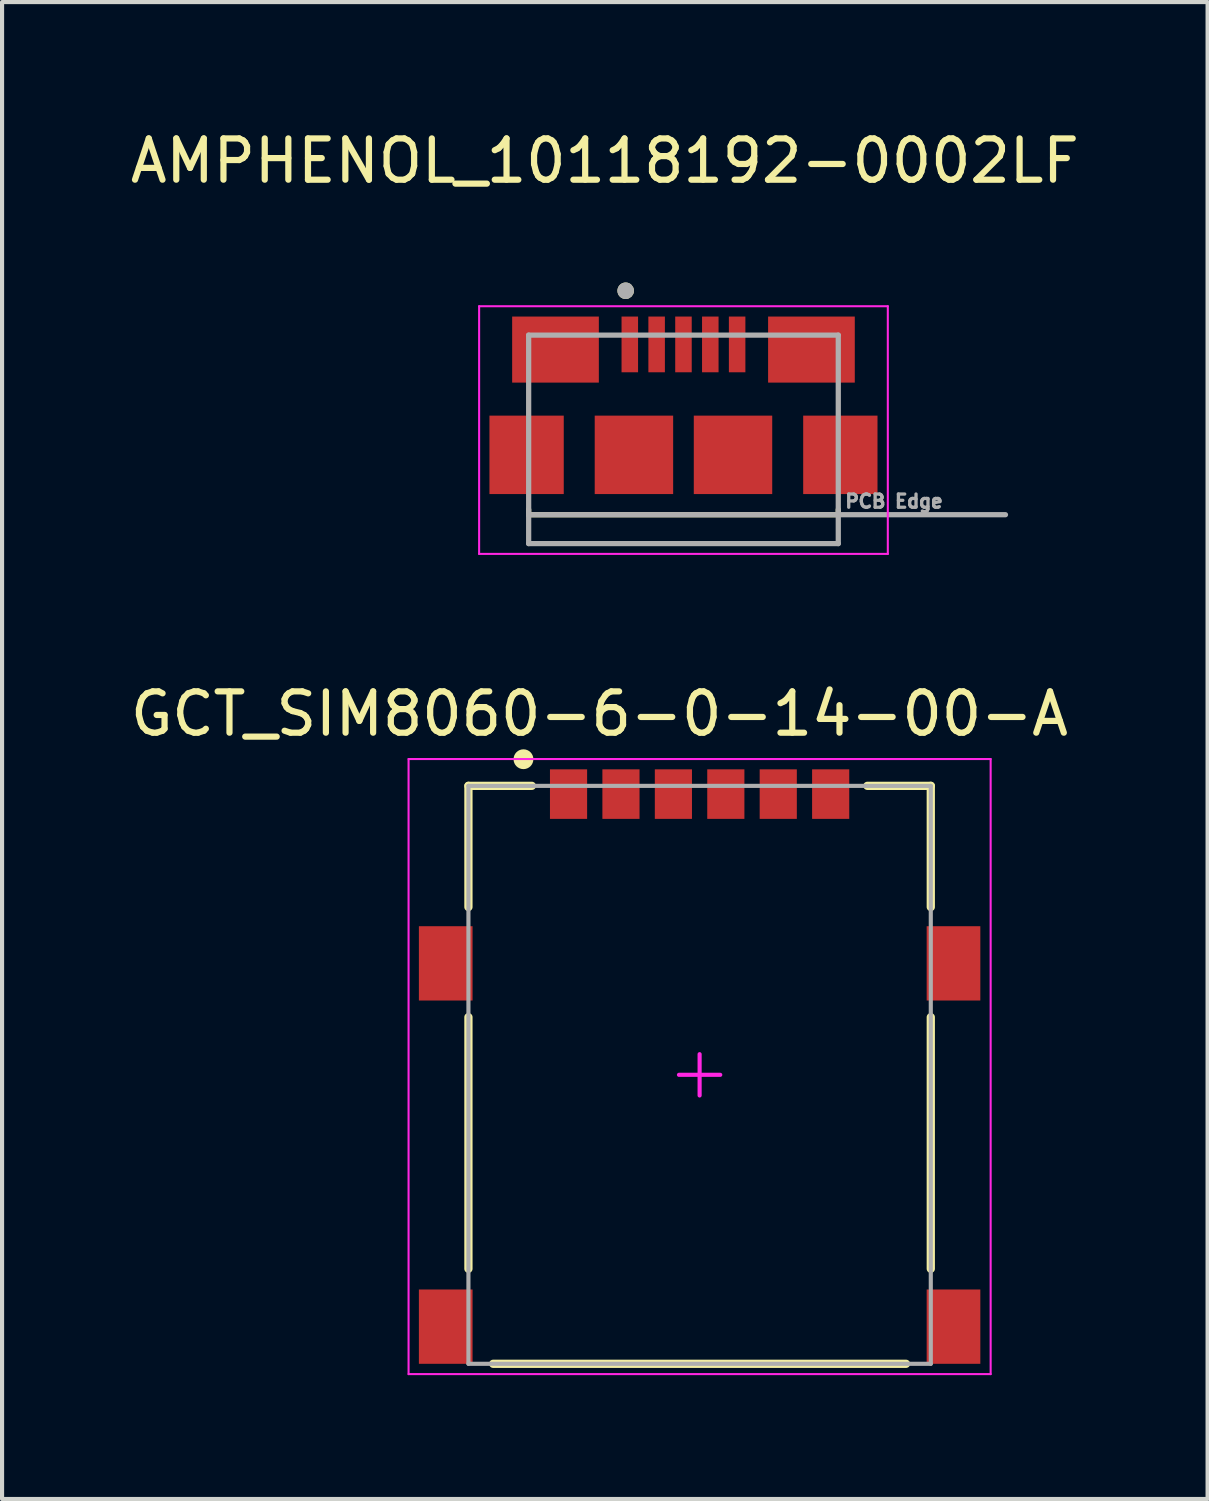
<source format=kicad_pcb>
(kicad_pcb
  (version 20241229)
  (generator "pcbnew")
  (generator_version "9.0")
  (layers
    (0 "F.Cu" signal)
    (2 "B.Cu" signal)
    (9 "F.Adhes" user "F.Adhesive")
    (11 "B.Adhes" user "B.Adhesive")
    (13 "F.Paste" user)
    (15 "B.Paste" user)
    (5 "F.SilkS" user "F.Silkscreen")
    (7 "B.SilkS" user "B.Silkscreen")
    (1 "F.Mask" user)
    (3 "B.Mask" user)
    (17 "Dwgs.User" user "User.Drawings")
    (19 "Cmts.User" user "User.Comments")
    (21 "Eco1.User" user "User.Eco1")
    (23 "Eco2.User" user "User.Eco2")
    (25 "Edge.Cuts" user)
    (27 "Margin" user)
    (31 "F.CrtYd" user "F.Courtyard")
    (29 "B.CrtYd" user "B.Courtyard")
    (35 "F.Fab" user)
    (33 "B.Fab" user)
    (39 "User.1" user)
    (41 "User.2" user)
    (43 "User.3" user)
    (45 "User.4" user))
  (footprint "AMPHENOL_10118192-0002LF"
    (layer "F.Cu")
    (at 13.506 5.293)
    (property "Reference" "AMPHENOL_10118192-0002LF" (at -1.905 -4.445 0) (layer "F.SilkS") (effects (font (size 1 1) (thickness 0.15))))
    (attr through_hole)
    (fp_line (start -3.75 4) (end -3.75 4.125) (stroke (width 0.127) (type solid)) (layer "F.SilkS"))
    (fp_line (start -3.75 4.125) (end 3.75 4.125) (stroke (width 0.127) (type solid)) (layer "F.SilkS"))
    (fp_line (start 3.75 4.125) (end 3.75 4) (stroke (width 0.127) (type solid)) (layer "F.SilkS"))
    (fp_circle (center -1.4 -1.3) (end -1.3 -1.3) (stroke (width 0.2) (type solid)) (fill no) (layer "F.SilkS"))
    (fp_line (start -4.95 -0.925) (end 4.95 -0.925) (stroke (width 0.05) (type solid)) (layer "F.CrtYd"))
    (fp_line (start -4.95 5.075) (end -4.95 -0.925) (stroke (width 0.05) (type solid)) (layer "F.CrtYd"))
    (fp_line (start 4.95 -0.925) (end 4.95 5.075) (stroke (width 0.05) (type solid)) (layer "F.CrtYd"))
    (fp_line (start 4.95 5.075) (end -4.95 5.075) (stroke (width 0.05) (type solid)) (layer "F.CrtYd"))
    (fp_line (start -3.75 -0.225) (end 3.75 -0.225) (stroke (width 0.127) (type solid)) (layer "F.Fab"))
    (fp_line (start -3.75 4.125) (end -3.75 -0.225) (stroke (width 0.127) (type solid)) (layer "F.Fab"))
    (fp_line (start -3.75 4.825) (end -3.75 4.125) (stroke (width 0.127) (type solid)) (layer "F.Fab"))
    (fp_line (start 3.75 -0.225) (end 3.75 4.125) (stroke (width 0.127) (type solid)) (layer "F.Fab"))
    (fp_line (start 3.75 4.125) (end -3.75 4.125) (stroke (width 0.127) (type solid)) (layer "F.Fab"))
    (fp_line (start 3.75 4.125) (end 3.75 4.825) (stroke (width 0.127) (type solid)) (layer "F.Fab"))
    (fp_line (start 3.75 4.125) (end 7.8 4.125) (stroke (width 0.127) (type solid)) (layer "F.Fab"))
    (fp_line (start 3.75 4.825) (end -3.75 4.825) (stroke (width 0.127) (type solid)) (layer "F.Fab"))
    (fp_circle (center -1.4 -1.3) (end -1.3 -1.3) (stroke (width 0.2) (type solid)) (fill no) (layer "F.Fab"))
    (fp_text user "PCB Edge" (at 5.1 3.8 0) (layer "F.Fab") (effects (font (size 0.32 0.32) (thickness 0.15))))
    (pad "1" smd rect (at -1.3 0) (size 0.4 1.35) (layers "F.Cu" "F.Mask" "F.Paste"))
    (pad "2" smd rect (at -0.65 0) (size 0.4 1.35) (layers "F.Cu" "F.Mask" "F.Paste"))
    (pad "3" smd rect (at 0 0) (size 0.4 1.35) (layers "F.Cu" "F.Mask" "F.Paste"))
    (pad "4" smd rect (at 0.65 0) (size 0.4 1.35) (layers "F.Cu" "F.Mask" "F.Paste"))
    (pad "5" smd rect (at 1.3 0) (size 0.4 1.35) (layers "F.Cu" "F.Mask" "F.Paste"))
    (pad "S1" smd rect (at -3.1 0.125) (size 2.1 1.6) (layers "F.Cu" "F.Mask" "F.Paste"))
    (pad "S2" smd rect (at 3.1 0.125) (size 2.1 1.6) (layers "F.Cu" "F.Mask" "F.Paste"))
    (pad "S3" smd rect (at -3.8 2.675) (size 1.8 1.9) (layers "F.Cu" "F.Mask" "F.Paste"))
    (pad "S4" smd rect (at -1.2 2.675) (size 1.9 1.9) (layers "F.Cu" "F.Mask" "F.Paste"))
    (pad "S5" smd rect (at 1.2 2.675) (size 1.9 1.9) (layers "F.Cu" "F.Mask" "F.Paste"))
    (pad "S6" smd rect (at 3.8 2.675) (size 1.8 1.9) (layers "F.Cu" "F.Mask" "F.Paste")))
  (footprint "GCT_SIM8060-6-0-14-00-A"
    (layer "F.Cu")
    (at 13.897 22.986)
    (property "Reference" "GCT_SIM8060-6-0-14-00-A" (at -2.427 -8.743 0) (layer "F.SilkS") (effects (font (size 1.001 1.001) (thickness 0.15))))
    (attr through_hole)
    (fp_line (start -5.6 -7) (end -4.064 -7) (stroke (width 0.2) (type solid)) (layer "F.SilkS"))
    (fp_line (start -5.6 -4.064) (end -5.6 -7) (stroke (width 0.2) (type solid)) (layer "F.SilkS"))
    (fp_line (start -5.6 -1.397) (end -5.6 4.699) (stroke (width 0.2) (type solid)) (layer "F.SilkS"))
    (fp_line (start -5 7) (end 5 7) (stroke (width 0.2) (type solid)) (layer "F.SilkS"))
    (fp_line (start 4.064 -7) (end 5.6 -7) (stroke (width 0.2) (type solid)) (layer "F.SilkS"))
    (fp_line (start 5.6 -7) (end 5.6 -4.064) (stroke (width 0.2) (type solid)) (layer "F.SilkS"))
    (fp_line (start 5.6 4.699) (end 5.6 -1.397) (stroke (width 0.2) (type solid)) (layer "F.SilkS"))
    (fp_circle (center -4.267 -7.645) (end -4.147 -7.645) (stroke (width 0.24) (type solid)) (fill no) (layer "F.SilkS"))
    (fp_line (start -7.05 -7.65) (end 7.05 -7.65) (stroke (width 0.05) (type solid)) (layer "F.CrtYd"))
    (fp_line (start -7.05 7.25) (end -7.05 -7.65) (stroke (width 0.05) (type solid)) (layer "F.CrtYd"))
    (fp_line (start -0.5 0) (end 0.5 0) (stroke (width 0.1) (type solid)) (layer "F.CrtYd"))
    (fp_line (start 0 -0.5) (end 0 0.5) (stroke (width 0.1) (type solid)) (layer "F.CrtYd"))
    (fp_line (start 7.05 -7.65) (end 7.05 7.25) (stroke (width 0.05) (type solid)) (layer "F.CrtYd"))
    (fp_line (start 7.05 7.25) (end -7.05 7.25) (stroke (width 0.05) (type solid)) (layer "F.CrtYd"))
    (fp_line (start -5.6 -7) (end 5.6 -7) (stroke (width 0.1) (type solid)) (layer "F.Fab"))
    (fp_line (start -5.6 7) (end -5.6 -7) (stroke (width 0.1) (type solid)) (layer "F.Fab"))
    (fp_line (start 5.6 -7) (end 5.6 7) (stroke (width 0.1) (type solid)) (layer "F.Fab"))
    (fp_line (start 5.6 7) (end -5.6 7) (stroke (width 0.1) (type solid)) (layer "F.Fab"))
    (pad "C1" smd rect (at -3.175 -6.8) (size 0.9 1.2) (layers "F.Cu" "F.Mask" "F.Paste"))
    (pad "C2" smd rect (at -0.635 -6.8) (size 0.9 1.2) (layers "F.Cu" "F.Mask" "F.Paste"))
    (pad "C3" smd rect (at 1.905 -6.8) (size 0.9 1.2) (layers "F.Cu" "F.Mask" "F.Paste"))
    (pad "C5" smd rect (at -1.905 -6.8) (size 0.9 1.2) (layers "F.Cu" "F.Mask" "F.Paste"))
    (pad "C6" smd rect (at 0.635 -6.8) (size 0.9 1.2) (layers "F.Cu" "F.Mask" "F.Paste"))
    (pad "C7" smd rect (at 3.175 -6.8) (size 0.9 1.2) (layers "F.Cu" "F.Mask" "F.Paste"))
    (pad "S1" smd rect (at -6.15 -2.7) (size 1.3 1.8) (layers "F.Cu" "F.Mask" "F.Paste"))
    (pad "S2" smd rect (at 6.15 -2.7) (size 1.3 1.8) (layers "F.Cu" "F.Mask" "F.Paste"))
    (pad "S3" smd rect (at 6.15 6.1) (size 1.3 1.8) (layers "F.Cu" "F.Mask" "F.Paste"))
    (pad "S4" smd rect (at -6.15 6.1) (size 1.3 1.8) (layers "F.Cu" "F.Mask" "F.Paste"))
    (zone (net_name "") (layer "F.Cu") (hatch full 0.508) (connect_pads) (min_thickness 0.01) (filled_areas_thickness no) (keepout (tracks not_allowed) (vias not_allowed) (pads not_allowed) (copperpour not_allowed) (footprints allowed)) (placement (enabled no)) (fill) (polygon (pts (xy 9.967 25.586) (xy 12.407 25.586) (xy 12.407 29.286) (xy 9.967 29.286))))
    (zone (net_name "") (layer "F.Cu") (hatch full 0.508) (connect_pads) (min_thickness 0.01) (filled_areas_thickness no) (keepout (tracks not_allowed) (vias not_allowed) (pads not_allowed) (copperpour not_allowed) (footprints allowed)) (placement (enabled no)) (fill) (polygon (pts (xy 10.537 18.566) (xy 11.837 18.566) (xy 11.837 22.266) (xy 10.537 22.266))))
    (zone (net_name "") (layer "F.Cu") (hatch full 0.508) (connect_pads) (min_thickness 0.01) (filled_areas_thickness no) (keepout (tracks not_allowed) (vias not_allowed) (pads not_allowed) (copperpour not_allowed) (footprints allowed)) (placement (enabled no)) (fill) (polygon (pts (xy 13.247 18.566) (xy 14.547 18.566) (xy 14.547 22.266) (xy 13.247 22.266))))
    (zone (net_name "") (layer "F.Cu") (hatch full 0.508) (connect_pads) (min_thickness 0.01) (filled_areas_thickness no) (keepout (tracks not_allowed) (vias not_allowed) (pads not_allowed) (copperpour not_allowed) (footprints allowed)) (placement (enabled no)) (fill) (polygon (pts (xy 13.247 25.586) (xy 14.547 25.586) (xy 14.547 29.286) (xy 13.247 29.286))))
    (zone (net_name "") (layer "F.Cu") (hatch full 0.508) (connect_pads) (min_thickness 0.01) (filled_areas_thickness no) (keepout (tracks not_allowed) (vias not_allowed) (pads not_allowed) (copperpour not_allowed) (footprints allowed)) (placement (enabled no)) (fill) (polygon (pts (xy 15.787 18.566) (xy 17.087 18.566) (xy 17.087 22.266) (xy 15.787 22.266))))
    (zone (net_name "") (layer "F.Cu") (hatch full 0.508) (connect_pads) (min_thickness 0.01) (filled_areas_thickness no) (keepout (tracks not_allowed) (vias not_allowed) (pads not_allowed) (copperpour not_allowed) (footprints allowed)) (placement (enabled no)) (fill) (polygon (pts (xy 15.787 25.586) (xy 17.087 25.586) (xy 17.087 29.286) (xy 15.787 29.286))))
    (zone (net_name "") (layers "F.Cu" "B.Cu") (hatch full 0.508) (connect_pads) (min_thickness 0.01) (filled_areas_thickness no) (keepout (tracks allowed) (vias not_allowed) (pads allowed) (copperpour allowed) (footprints allowed)) (placement (enabled no)) (fill) (polygon (pts (xy 9.967 25.586) (xy 12.407 25.586) (xy 12.407 29.286) (xy 9.967 29.286))))
    (zone (net_name "") (layers "F.Cu" "B.Cu") (hatch full 0.508) (connect_pads) (min_thickness 0.01) (filled_areas_thickness no) (keepout (tracks allowed) (vias not_allowed) (pads allowed) (copperpour allowed) (footprints allowed)) (placement (enabled no)) (fill) (polygon (pts (xy 10.537 18.566) (xy 11.837 18.566) (xy 11.837 22.266) (xy 10.537 22.266))))
    (zone (net_name "") (layers "F.Cu" "B.Cu") (hatch full 0.508) (connect_pads) (min_thickness 0.01) (filled_areas_thickness no) (keepout (tracks allowed) (vias not_allowed) (pads allowed) (copperpour allowed) (footprints allowed)) (placement (enabled no)) (fill) (polygon (pts (xy 13.247 18.566) (xy 14.547 18.566) (xy 14.547 22.266) (xy 13.247 22.266))))
    (zone (net_name "") (layers "F.Cu" "B.Cu") (hatch full 0.508) (connect_pads) (min_thickness 0.01) (filled_areas_thickness no) (keepout (tracks allowed) (vias not_allowed) (pads allowed) (copperpour allowed) (footprints allowed)) (placement (enabled no)) (fill) (polygon (pts (xy 13.247 25.586) (xy 14.547 25.586) (xy 14.547 29.286) (xy 13.247 29.286))))
    (zone (net_name "") (layers "F.Cu" "B.Cu") (hatch full 0.508) (connect_pads) (min_thickness 0.01) (filled_areas_thickness no) (keepout (tracks allowed) (vias not_allowed) (pads allowed) (copperpour allowed) (footprints allowed)) (placement (enabled no)) (fill) (polygon (pts (xy 15.787 18.566) (xy 17.087 18.566) (xy 17.087 22.266) (xy 15.787 22.266))))
    (zone (net_name "") (layers "F.Cu" "B.Cu") (hatch full 0.508) (connect_pads) (min_thickness 0.01) (filled_areas_thickness no) (keepout (tracks allowed) (vias not_allowed) (pads allowed) (copperpour allowed) (footprints allowed)) (placement (enabled no)) (fill) (polygon (pts (xy 15.787 25.586) (xy 17.087 25.586) (xy 17.087 29.286) (xy 15.787 29.286)))))
  (gr_rect
    (start -3 -3)
    (end 26.202 33.261)
    (stroke (width 0.1) (type default))
    (fill no)
    (layer "Edge.Cuts")))
</source>
